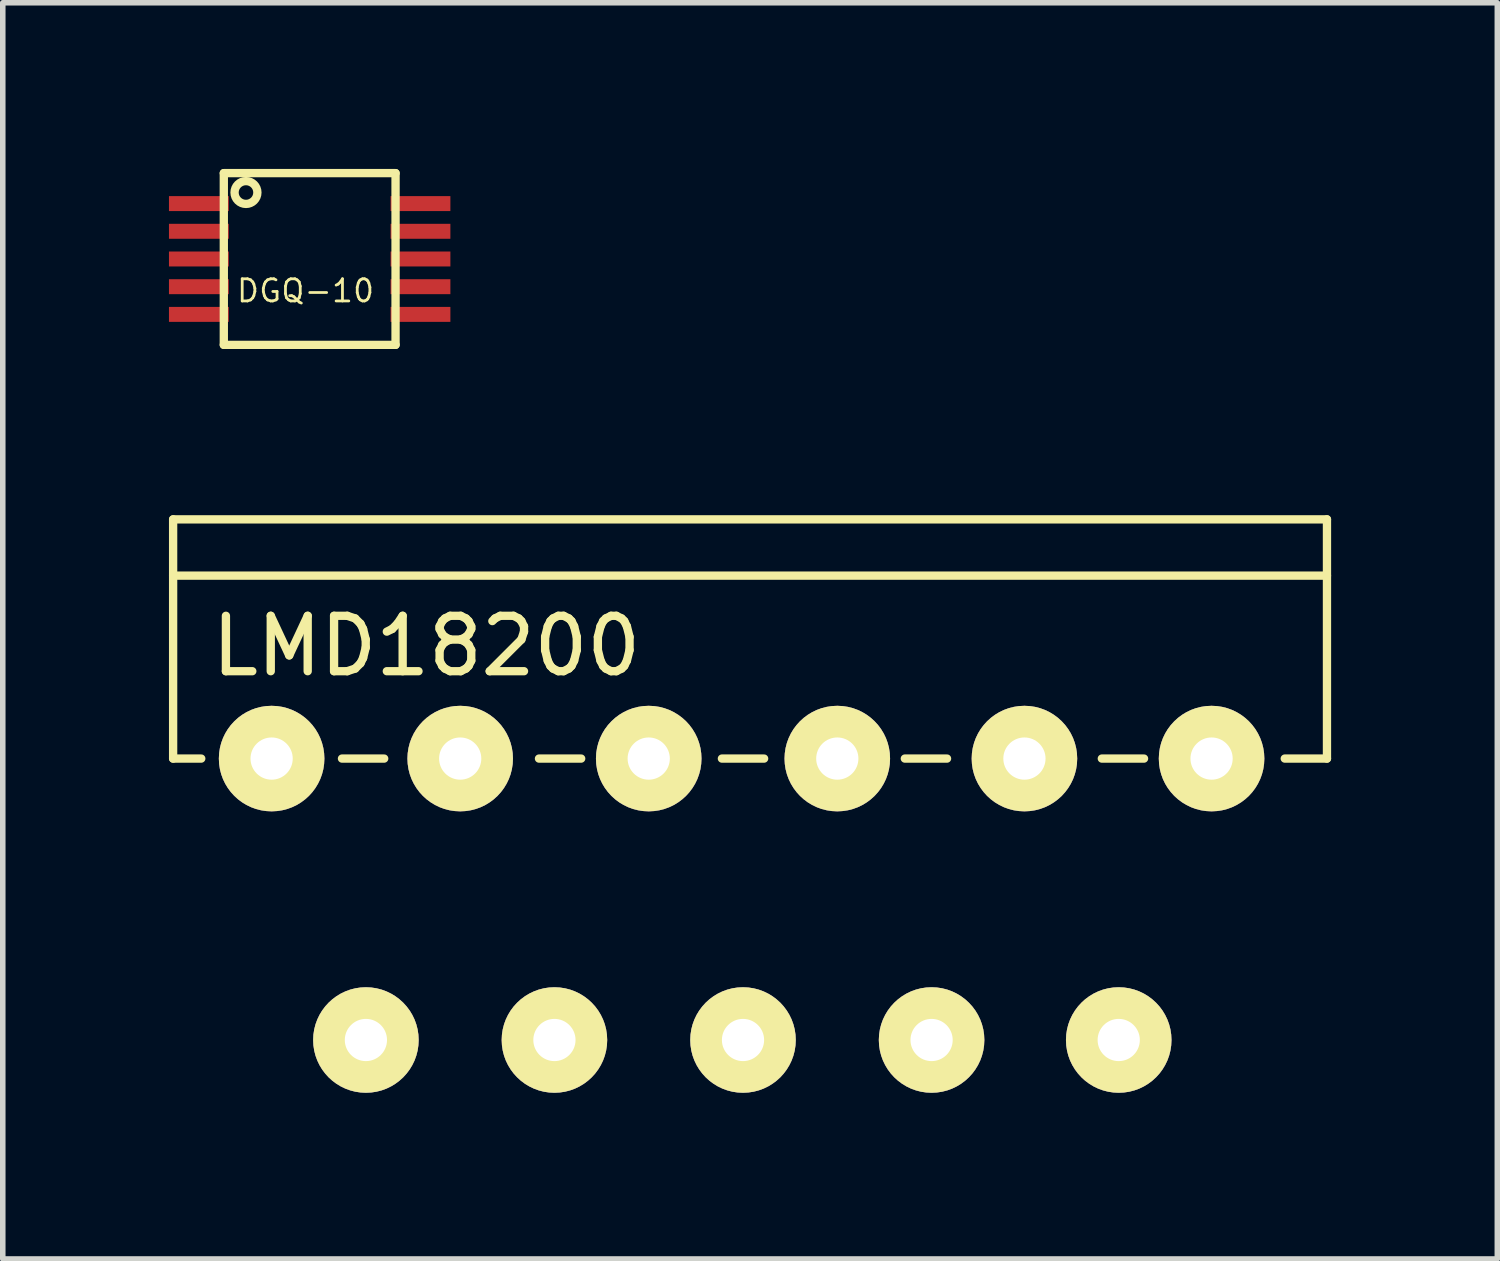
<source format=kicad_pcb>
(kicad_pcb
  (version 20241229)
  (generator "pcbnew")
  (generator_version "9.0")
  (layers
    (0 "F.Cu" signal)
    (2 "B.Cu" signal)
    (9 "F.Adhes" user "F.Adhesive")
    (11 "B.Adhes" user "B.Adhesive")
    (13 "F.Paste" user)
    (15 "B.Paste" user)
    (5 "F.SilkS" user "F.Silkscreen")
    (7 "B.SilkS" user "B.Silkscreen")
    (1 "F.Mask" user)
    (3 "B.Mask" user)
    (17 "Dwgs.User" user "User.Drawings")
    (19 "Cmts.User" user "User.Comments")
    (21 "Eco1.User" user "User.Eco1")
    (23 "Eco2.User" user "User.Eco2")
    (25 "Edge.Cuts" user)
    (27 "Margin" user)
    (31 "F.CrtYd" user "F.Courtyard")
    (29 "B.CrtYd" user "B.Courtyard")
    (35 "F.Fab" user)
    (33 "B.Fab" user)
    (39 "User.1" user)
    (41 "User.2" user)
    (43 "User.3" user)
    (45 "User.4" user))
  (footprint "LMD18200"
    (layer "F.Cu")
    (at 1.853 15.723)
    (property "Reference" "LMD18200" (at 2.794 -7.112 0) (layer "F.SilkS") (effects (font (size 1 1) (thickness 0.15))))
    (attr through_hole)
    (fp_line (start -1.778 -8.382) (end 19.05 -8.382) (stroke (width 0.15) (type solid)) (layer "F.SilkS"))
    (fp_line (start -1.778 -5.08) (end -1.778 -9.398) (stroke (width 0.15) (type solid)) (layer "F.SilkS"))
    (fp_line (start -1.27 -5.08) (end -1.778 -5.08) (stroke (width 0.15) (type solid)) (layer "F.SilkS"))
    (fp_line (start 1.27 -5.08) (end 2.032 -5.08) (stroke (width 0.15) (type solid)) (layer "F.SilkS"))
    (fp_line (start 4.826 -5.08) (end 5.588 -5.08) (stroke (width 0.15) (type solid)) (layer "F.SilkS"))
    (fp_line (start 8.128 -5.08) (end 8.89 -5.08) (stroke (width 0.15) (type solid)) (layer "F.SilkS"))
    (fp_line (start 11.43 -5.08) (end 12.192 -5.08) (stroke (width 0.15) (type solid)) (layer "F.SilkS"))
    (fp_line (start 14.986 -5.08) (end 15.748 -5.08) (stroke (width 0.15) (type solid)) (layer "F.SilkS"))
    (fp_line (start 18.288 -5.08) (end 19.05 -5.08) (stroke (width 0.15) (type solid)) (layer "F.SilkS"))
    (fp_line (start 19.05 -9.398) (end -1.778 -9.398) (stroke (width 0.15) (type solid)) (layer "F.SilkS"))
    (fp_line (start 19.05 -5.08) (end 19.05 -9.398) (stroke (width 0.15) (type solid)) (layer "F.SilkS"))
    (pad "1" thru_hole circle (at 0 -5.08) (size 1.905 1.905) (drill 0.762) (layers "*.Cu" "*.Mask" "F.SilkS"))
    (pad "2" thru_hole circle (at 1.702 0) (size 1.905 1.905) (drill 0.762) (layers "*.Cu" "*.Mask" "F.SilkS"))
    (pad "3" thru_hole circle (at 3.404 -5.08) (size 1.905 1.905) (drill 0.762) (layers "*.Cu" "*.Mask" "F.SilkS"))
    (pad "4" thru_hole circle (at 5.105 0) (size 1.905 1.905) (drill 0.762) (layers "*.Cu" "*.Mask" "F.SilkS"))
    (pad "5" thru_hole circle (at 6.807 -5.08) (size 1.905 1.905) (drill 0.762) (layers "*.Cu" "*.Mask" "F.SilkS"))
    (pad "6" thru_hole circle (at 8.509 0) (size 1.905 1.905) (drill 0.762) (layers "*.Cu" "*.Mask" "F.SilkS"))
    (pad "7" thru_hole circle (at 10.211 -5.08) (size 1.905 1.905) (drill 0.762) (layers "*.Cu" "*.Mask" "F.SilkS"))
    (pad "8" thru_hole circle (at 11.913 0) (size 1.905 1.905) (drill 0.762) (layers "*.Cu" "*.Mask" "F.SilkS"))
    (pad "9" thru_hole circle (at 13.589 -5.08) (size 1.905 1.905) (drill 0.762) (layers "*.Cu" "*.Mask" "F.SilkS"))
    (pad "10" thru_hole circle (at 15.291 0) (size 1.905 1.905) (drill 0.762) (layers "*.Cu" "*.Mask" "F.SilkS"))
    (pad "11" thru_hole circle (at 16.967 -5.08) (size 1.905 1.905) (drill 0.762) (layers "*.Cu" "*.Mask" "F.SilkS")))
  (footprint "DGQ-10"
    (layer "F.Cu")
    (at 2.465 1.6)
    (property "Reference" "DGQ-10" (at 0 0.6 0) (layer "F.SilkS") (effects (font (size 0.4 0.4) (thickness 0.05))))
    (attr through_hole)
    (fp_line (start -1.475 -1.525) (end -1.475 1.575) (stroke (width 0.15) (type solid)) (layer "F.SilkS"))
    (fp_line (start -1.475 1.575) (end 1.625 1.575) (stroke (width 0.15) (type solid)) (layer "F.SilkS"))
    (fp_line (start 1.625 -1.525) (end -1.475 -1.525) (stroke (width 0.15) (type solid)) (layer "F.SilkS"))
    (fp_line (start 1.625 1.575) (end 1.625 -1.525) (stroke (width 0.15) (type solid)) (layer "F.SilkS"))
    (fp_circle (center -1.075 -1.175) (end -1.125 -0.975) (stroke (width 0.15) (type solid)) (fill no) (layer "F.SilkS"))
    (pad "1" smd rect (at -1.925 -0.975 270) (size 0.27 1.08) (layers "F.Cu" "F.Mask" "F.Paste"))
    (pad "2" smd rect (at -1.925 -0.475 270) (size 0.27 1.08) (layers "F.Cu" "F.Mask" "F.Paste"))
    (pad "3" smd rect (at -1.925 0.025 270) (size 0.27 1.08) (layers "F.Cu" "F.Mask" "F.Paste"))
    (pad "4" smd rect (at -1.925 0.525 270) (size 0.27 1.08) (layers "F.Cu" "F.Mask" "F.Paste"))
    (pad "5" smd rect (at -1.925 1.025 270) (size 0.27 1.08) (layers "F.Cu" "F.Mask" "F.Paste"))
    (pad "6" smd rect (at 2.075 1.025 270) (size 0.27 1.08) (layers "F.Cu" "F.Mask" "F.Paste"))
    (pad "7" smd rect (at 2.075 0.525 270) (size 0.27 1.08) (layers "F.Cu" "F.Mask" "F.Paste"))
    (pad "8" smd rect (at 2.075 0.025 270) (size 0.27 1.08) (layers "F.Cu" "F.Mask" "F.Paste"))
    (pad "9" smd rect (at 2.075 -0.475 270) (size 0.27 1.08) (layers "F.Cu" "F.Mask" "F.Paste"))
    (pad "10" smd rect (at 2.075 -0.975 270) (size 0.27 1.08) (layers "F.Cu" "F.Mask" "F.Paste")))
  (gr_rect
    (start -3 -3)
    (end 23.978 19.675)
    (stroke (width 0.1) (type default))
    (fill no)
    (layer "Edge.Cuts")))
</source>
